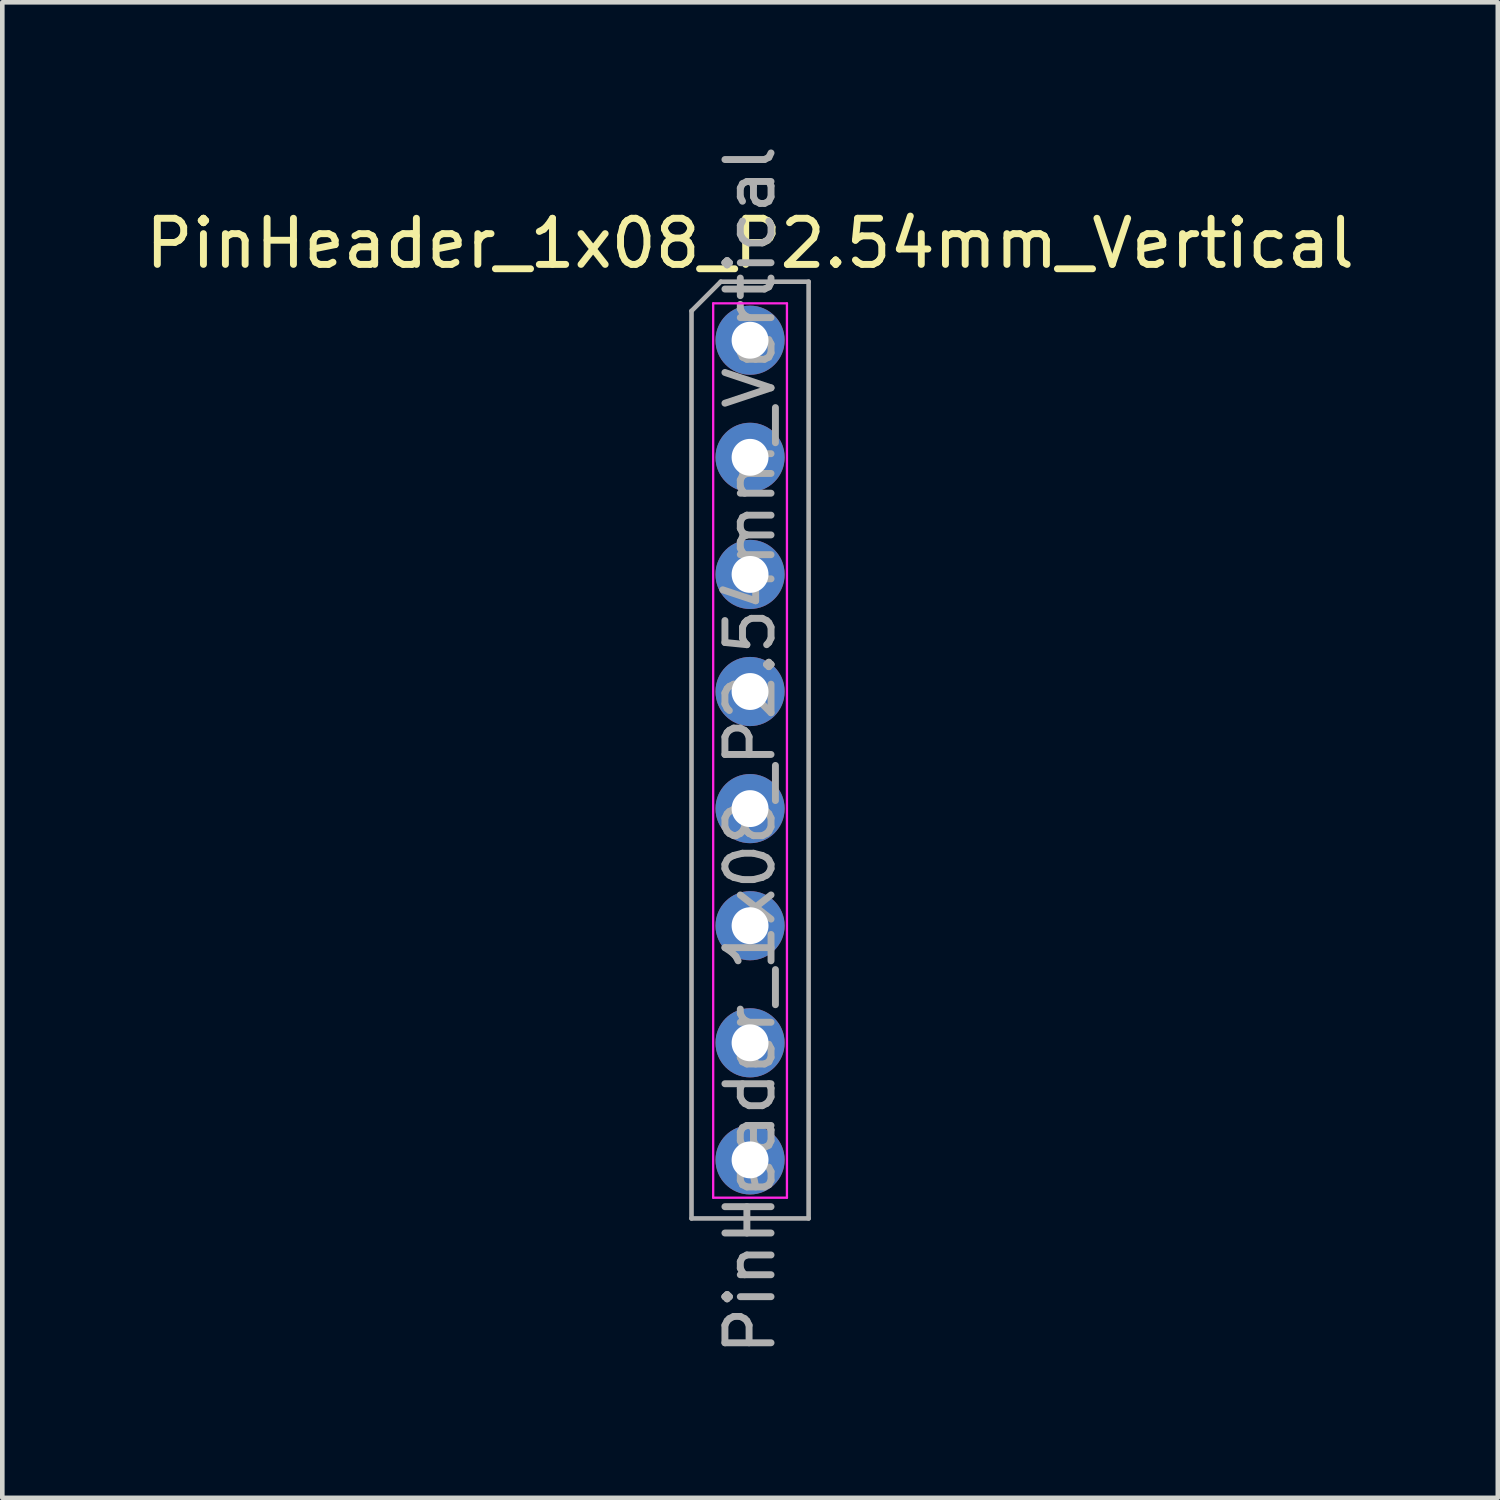
<source format=kicad_pcb>
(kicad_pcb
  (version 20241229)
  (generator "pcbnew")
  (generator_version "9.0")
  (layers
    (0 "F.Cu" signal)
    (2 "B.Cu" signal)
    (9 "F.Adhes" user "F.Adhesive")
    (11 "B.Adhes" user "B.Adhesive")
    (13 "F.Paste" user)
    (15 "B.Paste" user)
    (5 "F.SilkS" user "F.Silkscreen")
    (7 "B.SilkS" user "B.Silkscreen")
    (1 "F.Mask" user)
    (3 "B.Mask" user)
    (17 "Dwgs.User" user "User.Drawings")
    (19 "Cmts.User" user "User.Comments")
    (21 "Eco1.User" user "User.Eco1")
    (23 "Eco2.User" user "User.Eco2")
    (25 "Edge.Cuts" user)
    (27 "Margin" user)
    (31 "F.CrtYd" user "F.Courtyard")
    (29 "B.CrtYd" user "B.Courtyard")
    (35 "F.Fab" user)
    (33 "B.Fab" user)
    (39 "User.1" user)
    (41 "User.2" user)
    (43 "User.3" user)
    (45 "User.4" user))
  (footprint "PinHeader_1x08_P2.54mm_Vertical"
    (layer "F.Cu")
    (at 13.22 4.33)
    (property "Reference" "PinHeader_1x08_P2.54mm_Vertical" (at 0 -2.1 0) (layer "F.SilkS") (effects (font (size 1 1) (thickness 0.15))))
    (attr through_hole)
    (fp_line (start -0.8 -0.8) (end -0.8 18.6) (stroke (width 0.05) (type solid)) (layer "F.CrtYd"))
    (fp_line (start -0.8 18.6) (end 0.8 18.6) (stroke (width 0.05) (type solid)) (layer "F.CrtYd"))
    (fp_line (start 0.8 -0.8) (end -0.8 -0.8) (stroke (width 0.05) (type solid)) (layer "F.CrtYd"))
    (fp_line (start 0.8 18.6) (end 0.8 -0.8) (stroke (width 0.05) (type solid)) (layer "F.CrtYd"))
    (fp_line (start -1.27 -0.635) (end -0.635 -1.27) (stroke (width 0.1) (type solid)) (layer "F.Fab"))
    (fp_line (start -1.27 19.05) (end -1.27 -0.635) (stroke (width 0.1) (type solid)) (layer "F.Fab"))
    (fp_line (start -0.635 -1.27) (end 1.27 -1.27) (stroke (width 0.1) (type solid)) (layer "F.Fab"))
    (fp_line (start 1.27 -1.27) (end 1.27 19.05) (stroke (width 0.1) (type solid)) (layer "F.Fab"))
    (fp_line (start 1.27 19.05) (end -1.27 19.05) (stroke (width 0.1) (type solid)) (layer "F.Fab"))
    (fp_text user "${REFERENCE}" (at 0 8.89 90) (layer "F.Fab") (effects (font (size 1 1) (thickness 0.15))))
    (pad "1" thru_hole circle (at 0 0) (size 1.5 1.5) (drill 0.8) (layers "*.Cu" "*.Mask"))
    (pad "2" thru_hole circle (at 0 2.54) (size 1.5 1.5) (drill 0.8) (layers "*.Cu" "*.Mask"))
    (pad "3" thru_hole circle (at 0 5.08) (size 1.5 1.5) (drill 0.8) (layers "*.Cu" "*.Mask"))
    (pad "4" thru_hole circle (at 0 7.62) (size 1.5 1.5) (drill 0.8) (layers "*.Cu" "*.Mask"))
    (pad "5" thru_hole circle (at 0 10.16) (size 1.5 1.5) (drill 0.8) (layers "*.Cu" "*.Mask"))
    (pad "6" thru_hole circle (at 0 12.7) (size 1.5 1.5) (drill 0.8) (layers "*.Cu" "*.Mask"))
    (pad "7" thru_hole circle (at 0 15.24) (size 1.5 1.5) (drill 0.8) (layers "*.Cu" "*.Mask"))
    (pad "8" thru_hole circle (at 0 17.78) (size 1.5 1.5) (drill 0.8) (layers "*.Cu" "*.Mask")))
  (gr_rect
    (start -3 -3)
    (end 29.44 29.44)
    (stroke (width 0.1) (type default))
    (fill no)
    (layer "Edge.Cuts")))
</source>
